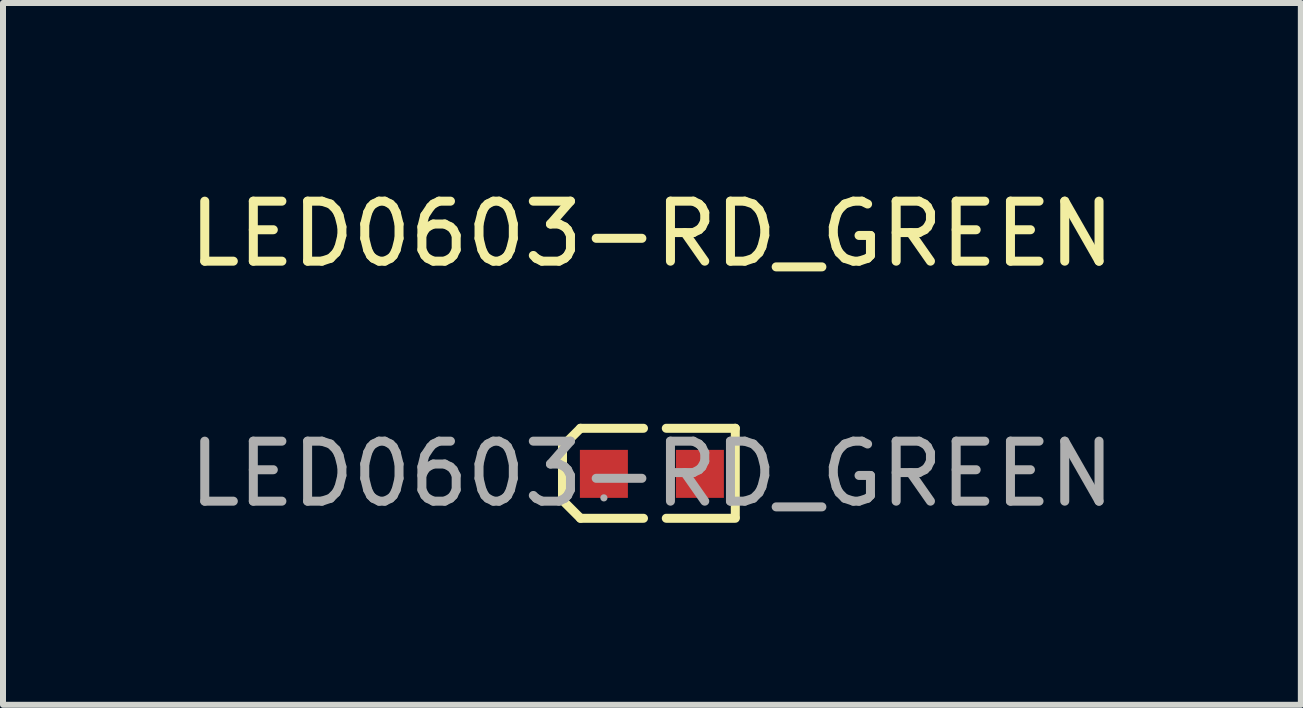
<source format=kicad_pcb>
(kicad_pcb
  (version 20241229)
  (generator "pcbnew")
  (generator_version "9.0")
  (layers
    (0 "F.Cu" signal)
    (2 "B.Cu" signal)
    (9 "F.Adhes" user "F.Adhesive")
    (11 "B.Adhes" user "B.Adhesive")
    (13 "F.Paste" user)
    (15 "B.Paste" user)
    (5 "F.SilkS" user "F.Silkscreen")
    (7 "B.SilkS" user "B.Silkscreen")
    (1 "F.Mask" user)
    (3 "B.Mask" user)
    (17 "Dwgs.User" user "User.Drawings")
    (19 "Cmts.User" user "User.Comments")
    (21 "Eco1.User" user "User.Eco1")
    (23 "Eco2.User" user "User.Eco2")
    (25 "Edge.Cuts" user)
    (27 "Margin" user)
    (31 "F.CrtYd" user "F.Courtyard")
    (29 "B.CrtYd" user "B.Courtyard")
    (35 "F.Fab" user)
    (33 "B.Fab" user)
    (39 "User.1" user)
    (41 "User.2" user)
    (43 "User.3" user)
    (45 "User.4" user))
  (footprint "LED0603-RD_GREEN"
    (layer "F.Cu")
    (at 7.815 4.848)
    (property "Reference" "LED0603-RD_GREEN" (at 0 -4 0) (layer "F.SilkS") (effects (font (size 1 1) (thickness 0.15))))
    (attr through_hole)
    (fp_line (start -1.49 -0.46) (end -1.19 -0.76) (stroke (width 0.15) (type solid)) (layer "F.SilkS"))
    (fp_line (start -1.49 -0.36) (end -1.49 -0.46) (stroke (width 0.15) (type solid)) (layer "F.SilkS"))
    (fp_line (start -1.49 -0.36) (end -1.49 0.34) (stroke (width 0.15) (type solid)) (layer "F.SilkS"))
    (fp_line (start -1.49 0.34) (end -1.49 0.44) (stroke (width 0.15) (type solid)) (layer "F.SilkS"))
    (fp_line (start -1.49 0.44) (end -1.19 0.74) (stroke (width 0.15) (type solid)) (layer "F.SilkS"))
    (fp_line (start -0.14 -0.76) (end -1.19 -0.76) (stroke (width 0.15) (type solid)) (layer "F.SilkS"))
    (fp_line (start -0.14 0.74) (end -1.19 0.74) (stroke (width 0.15) (type solid)) (layer "F.SilkS"))
    (fp_line (start 0.24 -0.76) (end 1.39 -0.76) (stroke (width 0.15) (type solid)) (layer "F.SilkS"))
    (fp_line (start 0.24 0.74) (end 1.39 0.74) (stroke (width 0.15) (type solid)) (layer "F.SilkS"))
    (fp_line (start 1.39 -0.76) (end 1.39 0.72) (stroke (width 0.15) (type solid)) (layer "F.SilkS"))
    (fp_circle (center -0.8 0.4) (end -0.77 0.4) (stroke (width 0.06) (type solid)) (fill no) (layer "F.Fab"))
    (fp_text user "${REFERENCE}" (at 0 0 0) (layer "F.Fab") (effects (font (size 1 1) (thickness 0.15))))
    (pad "1" smd rect (at -0.8 0 90) (size 0.8 0.8) (layers "F.Cu" "F.Mask" "F.Paste"))
    (pad "2" smd rect (at 0.8 0 90) (size 0.8 0.8) (layers "F.Cu" "F.Mask" "F.Paste")))
  (gr_rect
    (start -3 -3)
    (end 18.631 8.697)
    (stroke (width 0.1) (type default))
    (fill no)
    (layer "Edge.Cuts")))
</source>
